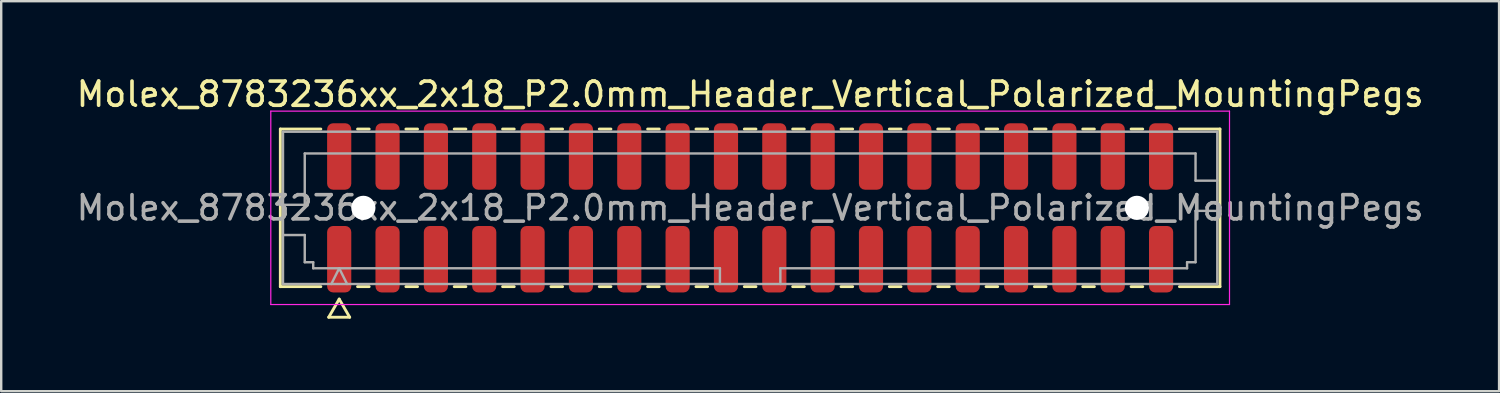
<source format=kicad_pcb>
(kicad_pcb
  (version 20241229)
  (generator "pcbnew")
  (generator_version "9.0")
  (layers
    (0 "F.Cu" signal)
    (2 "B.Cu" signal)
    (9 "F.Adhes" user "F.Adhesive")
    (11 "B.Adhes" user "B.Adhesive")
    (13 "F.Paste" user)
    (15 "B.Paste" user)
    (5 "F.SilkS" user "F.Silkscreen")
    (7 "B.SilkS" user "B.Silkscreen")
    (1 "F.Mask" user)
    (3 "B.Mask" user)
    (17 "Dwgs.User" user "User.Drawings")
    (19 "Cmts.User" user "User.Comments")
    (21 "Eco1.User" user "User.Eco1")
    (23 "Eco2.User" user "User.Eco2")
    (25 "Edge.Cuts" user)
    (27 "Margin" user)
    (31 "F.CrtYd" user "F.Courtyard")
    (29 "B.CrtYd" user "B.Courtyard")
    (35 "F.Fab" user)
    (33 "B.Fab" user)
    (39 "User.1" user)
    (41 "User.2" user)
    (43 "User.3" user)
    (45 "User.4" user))
  (footprint "Molex_8783236xx_2x18_P2.0mm_Header_Vertical_Polarized_MountingPegs"
    (layer "F.Cu")
    (at 27.982 5.548)
    (property "Reference" "Molex_8783236xx_2x18_P2.0mm_Header_Vertical_Polarized_MountingPegs" (at 0 -4.7 0) (layer "F.SilkS") (effects (font (size 1 1) (thickness 0.15))))
    (attr smd)
    (fp_line (start -19.435 -3.26) (end -17.76 -3.26) (stroke (width 0.12) (type solid)) (layer "F.SilkS"))
    (fp_line (start -19.435 3.26) (end -19.435 -3.26) (stroke (width 0.12) (type solid)) (layer "F.SilkS"))
    (fp_line (start -17.76 3.26) (end -19.435 3.26) (stroke (width 0.12) (type solid)) (layer "F.SilkS"))
    (fp_line (start -17.433 4.525) (end -17 3.775) (stroke (width 0.12) (type solid)) (layer "F.SilkS"))
    (fp_line (start -17 3.775) (end -16.567 4.525) (stroke (width 0.12) (type solid)) (layer "F.SilkS"))
    (fp_line (start -16.567 4.525) (end -17.433 4.525) (stroke (width 0.12) (type solid)) (layer "F.SilkS"))
    (fp_line (start -16.24 -3.26) (end -15.76 -3.26) (stroke (width 0.12) (type solid)) (layer "F.SilkS"))
    (fp_line (start -15.76 3.26) (end -16.24 3.26) (stroke (width 0.12) (type solid)) (layer "F.SilkS"))
    (fp_line (start -14.24 -3.26) (end -13.76 -3.26) (stroke (width 0.12) (type solid)) (layer "F.SilkS"))
    (fp_line (start -13.76 3.26) (end -14.24 3.26) (stroke (width 0.12) (type solid)) (layer "F.SilkS"))
    (fp_line (start -12.24 -3.26) (end -11.76 -3.26) (stroke (width 0.12) (type solid)) (layer "F.SilkS"))
    (fp_line (start -11.76 3.26) (end -12.24 3.26) (stroke (width 0.12) (type solid)) (layer "F.SilkS"))
    (fp_line (start -10.24 -3.26) (end -9.76 -3.26) (stroke (width 0.12) (type solid)) (layer "F.SilkS"))
    (fp_line (start -9.76 3.26) (end -10.24 3.26) (stroke (width 0.12) (type solid)) (layer "F.SilkS"))
    (fp_line (start -8.24 -3.26) (end -7.76 -3.26) (stroke (width 0.12) (type solid)) (layer "F.SilkS"))
    (fp_line (start -7.76 3.26) (end -8.24 3.26) (stroke (width 0.12) (type solid)) (layer "F.SilkS"))
    (fp_line (start -6.24 -3.26) (end -5.76 -3.26) (stroke (width 0.12) (type solid)) (layer "F.SilkS"))
    (fp_line (start -5.76 3.26) (end -6.24 3.26) (stroke (width 0.12) (type solid)) (layer "F.SilkS"))
    (fp_line (start -4.24 -3.26) (end -3.76 -3.26) (stroke (width 0.12) (type solid)) (layer "F.SilkS"))
    (fp_line (start -3.76 3.26) (end -4.24 3.26) (stroke (width 0.12) (type solid)) (layer "F.SilkS"))
    (fp_line (start -2.24 -3.26) (end -1.76 -3.26) (stroke (width 0.12) (type solid)) (layer "F.SilkS"))
    (fp_line (start -1.76 3.26) (end -2.24 3.26) (stroke (width 0.12) (type solid)) (layer "F.SilkS"))
    (fp_line (start -0.24 -3.26) (end 0.24 -3.26) (stroke (width 0.12) (type solid)) (layer "F.SilkS"))
    (fp_line (start 0.24 3.26) (end -0.24 3.26) (stroke (width 0.12) (type solid)) (layer "F.SilkS"))
    (fp_line (start 1.76 -3.26) (end 2.24 -3.26) (stroke (width 0.12) (type solid)) (layer "F.SilkS"))
    (fp_line (start 2.24 3.26) (end 1.76 3.26) (stroke (width 0.12) (type solid)) (layer "F.SilkS"))
    (fp_line (start 3.76 -3.26) (end 4.24 -3.26) (stroke (width 0.12) (type solid)) (layer "F.SilkS"))
    (fp_line (start 4.24 3.26) (end 3.76 3.26) (stroke (width 0.12) (type solid)) (layer "F.SilkS"))
    (fp_line (start 5.76 -3.26) (end 6.24 -3.26) (stroke (width 0.12) (type solid)) (layer "F.SilkS"))
    (fp_line (start 6.24 3.26) (end 5.76 3.26) (stroke (width 0.12) (type solid)) (layer "F.SilkS"))
    (fp_line (start 7.76 -3.26) (end 8.24 -3.26) (stroke (width 0.12) (type solid)) (layer "F.SilkS"))
    (fp_line (start 8.24 3.26) (end 7.76 3.26) (stroke (width 0.12) (type solid)) (layer "F.SilkS"))
    (fp_line (start 9.76 -3.26) (end 10.24 -3.26) (stroke (width 0.12) (type solid)) (layer "F.SilkS"))
    (fp_line (start 10.24 3.26) (end 9.76 3.26) (stroke (width 0.12) (type solid)) (layer "F.SilkS"))
    (fp_line (start 11.76 -3.26) (end 12.24 -3.26) (stroke (width 0.12) (type solid)) (layer "F.SilkS"))
    (fp_line (start 12.24 3.26) (end 11.76 3.26) (stroke (width 0.12) (type solid)) (layer "F.SilkS"))
    (fp_line (start 13.76 -3.26) (end 14.24 -3.26) (stroke (width 0.12) (type solid)) (layer "F.SilkS"))
    (fp_line (start 14.24 3.26) (end 13.76 3.26) (stroke (width 0.12) (type solid)) (layer "F.SilkS"))
    (fp_line (start 15.76 -3.26) (end 16.24 -3.26) (stroke (width 0.12) (type solid)) (layer "F.SilkS"))
    (fp_line (start 16.24 3.26) (end 15.76 3.26) (stroke (width 0.12) (type solid)) (layer "F.SilkS"))
    (fp_line (start 17.76 -3.26) (end 19.435 -3.26) (stroke (width 0.12) (type solid)) (layer "F.SilkS"))
    (fp_line (start 19.435 -3.26) (end 19.435 3.26) (stroke (width 0.12) (type solid)) (layer "F.SilkS"))
    (fp_line (start 19.435 3.26) (end 17.76 3.26) (stroke (width 0.12) (type solid)) (layer "F.SilkS"))
    (fp_line (start -19.83 -4) (end -19.83 4) (stroke (width 0.05) (type solid)) (layer "F.CrtYd"))
    (fp_line (start -19.83 4) (end 19.83 4) (stroke (width 0.05) (type solid)) (layer "F.CrtYd"))
    (fp_line (start 19.83 -4) (end -19.83 -4) (stroke (width 0.05) (type solid)) (layer "F.CrtYd"))
    (fp_line (start 19.83 4) (end 19.83 -4) (stroke (width 0.05) (type solid)) (layer "F.CrtYd"))
    (fp_line (start -19.325 -3.15) (end 19.325 -3.15) (stroke (width 0.1) (type solid)) (layer "F.Fab"))
    (fp_line (start -19.325 -0.125) (end -18.425 -0.125) (stroke (width 0.1) (type solid)) (layer "F.Fab"))
    (fp_line (start -19.325 1.125) (end -18.425 1.125) (stroke (width 0.1) (type solid)) (layer "F.Fab"))
    (fp_line (start -19.325 3.15) (end -19.325 -3.15) (stroke (width 0.1) (type solid)) (layer "F.Fab"))
    (fp_line (start -18.425 -2.25) (end 18.425 -2.25) (stroke (width 0.1) (type solid)) (layer "F.Fab"))
    (fp_line (start -18.425 -0.125) (end -18.425 -2.25) (stroke (width 0.1) (type solid)) (layer "F.Fab"))
    (fp_line (start -18.425 1.125) (end -18.425 2.25) (stroke (width 0.1) (type solid)) (layer "F.Fab"))
    (fp_line (start -18.425 2.25) (end -18.075 2.25) (stroke (width 0.1) (type solid)) (layer "F.Fab"))
    (fp_line (start -18.075 2.25) (end -18.075 2.5) (stroke (width 0.1) (type solid)) (layer "F.Fab"))
    (fp_line (start -18.075 2.5) (end -1.25 2.5) (stroke (width 0.1) (type solid)) (layer "F.Fab"))
    (fp_line (start -17.325 3.15) (end -17 2.5) (stroke (width 0.1) (type solid)) (layer "F.Fab"))
    (fp_line (start -17 2.5) (end -16.675 3.15) (stroke (width 0.1) (type solid)) (layer "F.Fab"))
    (fp_line (start -1.25 2.5) (end -1.25 3.15) (stroke (width 0.1) (type solid)) (layer "F.Fab"))
    (fp_line (start 1.25 2.5) (end 1.25 3.15) (stroke (width 0.1) (type solid)) (layer "F.Fab"))
    (fp_line (start 1.25 2.5) (end 18.075 2.5) (stroke (width 0.1) (type solid)) (layer "F.Fab"))
    (fp_line (start 18.075 2.25) (end 18.425 2.25) (stroke (width 0.1) (type solid)) (layer "F.Fab"))
    (fp_line (start 18.075 2.5) (end 18.075 2.25) (stroke (width 0.1) (type solid)) (layer "F.Fab"))
    (fp_line (start 18.425 -2.25) (end 18.425 -1.125) (stroke (width 0.1) (type solid)) (layer "F.Fab"))
    (fp_line (start 18.425 -1.125) (end 19.325 -1.125) (stroke (width 0.1) (type solid)) (layer "F.Fab"))
    (fp_line (start 18.425 0.125) (end 19.325 0.125) (stroke (width 0.1) (type solid)) (layer "F.Fab"))
    (fp_line (start 18.425 2.25) (end 18.425 0.125) (stroke (width 0.1) (type solid)) (layer "F.Fab"))
    (fp_line (start 19.325 -3.15) (end 19.325 3.15) (stroke (width 0.1) (type solid)) (layer "F.Fab"))
    (fp_line (start 19.325 3.15) (end -19.325 3.15) (stroke (width 0.1) (type solid)) (layer "F.Fab"))
    (fp_text user "${REFERENCE}" (at 0 0 0) (layer "F.Fab") (effects (font (size 1 1) (thickness 0.15))))
    (pad "" np_thru_hole circle (at -16 0) (size 1 1) (drill 1) (layers "*.Cu" "*.Mask"))
    (pad "" np_thru_hole circle (at 16 0) (size 1 1) (drill 1) (layers "*.Cu" "*.Mask"))
    (pad "1" smd roundrect (at -17 2.125) (size 1 2.75) (layers "F.Cu" "F.Mask" "F.Paste") (roundrect_rratio 0.25))
    (pad "2" smd roundrect (at -17 -2.125) (size 1 2.75) (layers "F.Cu" "F.Mask" "F.Paste") (roundrect_rratio 0.25))
    (pad "3" smd roundrect (at -15 2.125) (size 1 2.75) (layers "F.Cu" "F.Mask" "F.Paste") (roundrect_rratio 0.25))
    (pad "4" smd roundrect (at -15 -2.125) (size 1 2.75) (layers "F.Cu" "F.Mask" "F.Paste") (roundrect_rratio 0.25))
    (pad "5" smd roundrect (at -13 2.125) (size 1 2.75) (layers "F.Cu" "F.Mask" "F.Paste") (roundrect_rratio 0.25))
    (pad "6" smd roundrect (at -13 -2.125) (size 1 2.75) (layers "F.Cu" "F.Mask" "F.Paste") (roundrect_rratio 0.25))
    (pad "7" smd roundrect (at -11 2.125) (size 1 2.75) (layers "F.Cu" "F.Mask" "F.Paste") (roundrect_rratio 0.25))
    (pad "8" smd roundrect (at -11 -2.125) (size 1 2.75) (layers "F.Cu" "F.Mask" "F.Paste") (roundrect_rratio 0.25))
    (pad "9" smd roundrect (at -9 2.125) (size 1 2.75) (layers "F.Cu" "F.Mask" "F.Paste") (roundrect_rratio 0.25))
    (pad "10" smd roundrect (at -9 -2.125) (size 1 2.75) (layers "F.Cu" "F.Mask" "F.Paste") (roundrect_rratio 0.25))
    (pad "11" smd roundrect (at -7 2.125) (size 1 2.75) (layers "F.Cu" "F.Mask" "F.Paste") (roundrect_rratio 0.25))
    (pad "12" smd roundrect (at -7 -2.125) (size 1 2.75) (layers "F.Cu" "F.Mask" "F.Paste") (roundrect_rratio 0.25))
    (pad "13" smd roundrect (at -5 2.125) (size 1 2.75) (layers "F.Cu" "F.Mask" "F.Paste") (roundrect_rratio 0.25))
    (pad "14" smd roundrect (at -5 -2.125) (size 1 2.75) (layers "F.Cu" "F.Mask" "F.Paste") (roundrect_rratio 0.25))
    (pad "15" smd roundrect (at -3 2.125) (size 1 2.75) (layers "F.Cu" "F.Mask" "F.Paste") (roundrect_rratio 0.25))
    (pad "16" smd roundrect (at -3 -2.125) (size 1 2.75) (layers "F.Cu" "F.Mask" "F.Paste") (roundrect_rratio 0.25))
    (pad "17" smd roundrect (at -1 2.125) (size 1 2.75) (layers "F.Cu" "F.Mask" "F.Paste") (roundrect_rratio 0.25))
    (pad "18" smd roundrect (at -1 -2.125) (size 1 2.75) (layers "F.Cu" "F.Mask" "F.Paste") (roundrect_rratio 0.25))
    (pad "19" smd roundrect (at 1 2.125) (size 1 2.75) (layers "F.Cu" "F.Mask" "F.Paste") (roundrect_rratio 0.25))
    (pad "20" smd roundrect (at 1 -2.125) (size 1 2.75) (layers "F.Cu" "F.Mask" "F.Paste") (roundrect_rratio 0.25))
    (pad "21" smd roundrect (at 3 2.125) (size 1 2.75) (layers "F.Cu" "F.Mask" "F.Paste") (roundrect_rratio 0.25))
    (pad "22" smd roundrect (at 3 -2.125) (size 1 2.75) (layers "F.Cu" "F.Mask" "F.Paste") (roundrect_rratio 0.25))
    (pad "23" smd roundrect (at 5 2.125) (size 1 2.75) (layers "F.Cu" "F.Mask" "F.Paste") (roundrect_rratio 0.25))
    (pad "24" smd roundrect (at 5 -2.125) (size 1 2.75) (layers "F.Cu" "F.Mask" "F.Paste") (roundrect_rratio 0.25))
    (pad "25" smd roundrect (at 7 2.125) (size 1 2.75) (layers "F.Cu" "F.Mask" "F.Paste") (roundrect_rratio 0.25))
    (pad "26" smd roundrect (at 7 -2.125) (size 1 2.75) (layers "F.Cu" "F.Mask" "F.Paste") (roundrect_rratio 0.25))
    (pad "27" smd roundrect (at 9 2.125) (size 1 2.75) (layers "F.Cu" "F.Mask" "F.Paste") (roundrect_rratio 0.25))
    (pad "28" smd roundrect (at 9 -2.125) (size 1 2.75) (layers "F.Cu" "F.Mask" "F.Paste") (roundrect_rratio 0.25))
    (pad "29" smd roundrect (at 11 2.125) (size 1 2.75) (layers "F.Cu" "F.Mask" "F.Paste") (roundrect_rratio 0.25))
    (pad "30" smd roundrect (at 11 -2.125) (size 1 2.75) (layers "F.Cu" "F.Mask" "F.Paste") (roundrect_rratio 0.25))
    (pad "31" smd roundrect (at 13 2.125) (size 1 2.75) (layers "F.Cu" "F.Mask" "F.Paste") (roundrect_rratio 0.25))
    (pad "32" smd roundrect (at 13 -2.125) (size 1 2.75) (layers "F.Cu" "F.Mask" "F.Paste") (roundrect_rratio 0.25))
    (pad "33" smd roundrect (at 15 2.125) (size 1 2.75) (layers "F.Cu" "F.Mask" "F.Paste") (roundrect_rratio 0.25))
    (pad "34" smd roundrect (at 15 -2.125) (size 1 2.75) (layers "F.Cu" "F.Mask" "F.Paste") (roundrect_rratio 0.25))
    (pad "35" smd roundrect (at 17 2.125) (size 1 2.75) (layers "F.Cu" "F.Mask" "F.Paste") (roundrect_rratio 0.25))
    (pad "36" smd roundrect (at 17 -2.125) (size 1 2.75) (layers "F.Cu" "F.Mask" "F.Paste") (roundrect_rratio 0.25)))
  (gr_rect
    (start -3 -3)
    (end 58.964 13.133)
    (stroke (width 0.1) (type default))
    (fill no)
    (layer "Edge.Cuts")))
</source>
